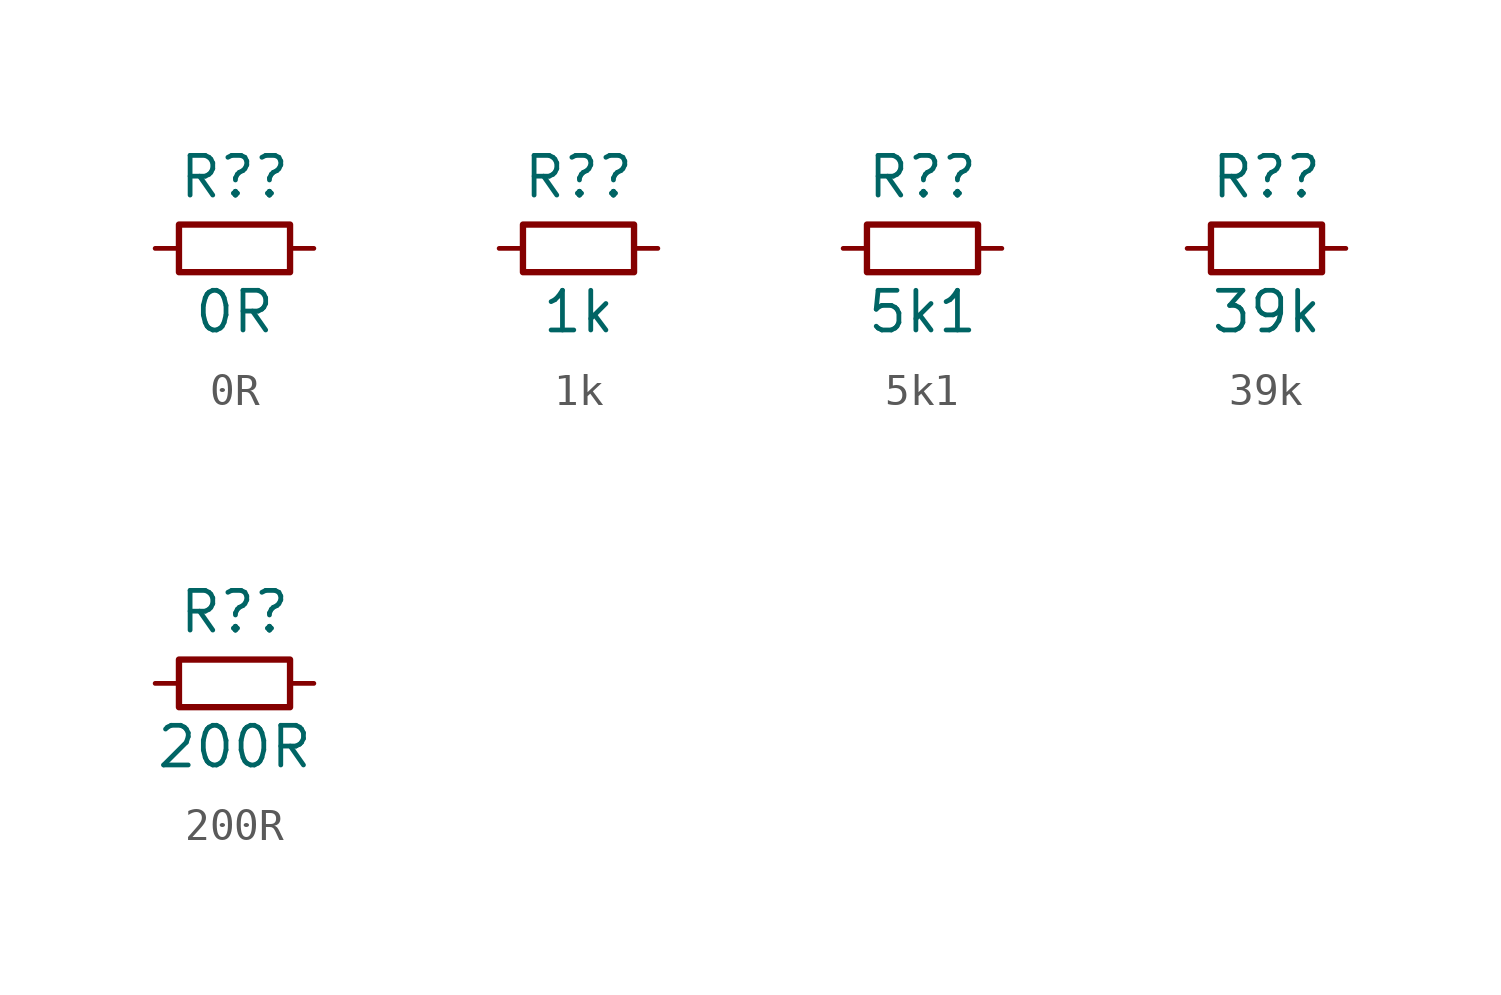
<source format=kicad_sym>
(kicad_symbol_lib
  (version 20241209)
  (generator "kicad_symbol_editor")
  (generator_version "9.0")
  (symbol "0R"
    (pin_numbers
      (hide yes))
    (pin_names
      (hide yes))
    (property "Reference" "R?"
      (at 0 2.286 0)
      (effects (font (size 1.27 1.27))))
    (property "Value" "0R"
      (at 0 -2.032 0)
      (effects (font (size 1.27 1.27))))
    (symbol "0R_0_1"
      (rectangle (start -1.778 0.762) (end 1.778 -0.762) (stroke (width 0.203) (type default)) (fill (type none))))
    (symbol "0R_1_1"
      (pin passive line (at -2.54 0 0) (length 0.762) (name "~" (effects (font (size 1.27 1.27)))) (number "2" (effects (font (size 1.27 1.27)))))
      (pin passive line (at 2.54 0 180) (length 0.762) (name "~" (effects (font (size 1.27 1.27)))) (number "1" (effects (font (size 1.27 1.27)))))))
  (symbol "1k"
    (pin_numbers
      (hide yes))
    (pin_names
      (hide yes))
    (property "Reference" "R?"
      (at 0 2.286 0)
      (effects (font (size 1.27 1.27))))
    (property "Value" "1k"
      (at 0 -2.032 0)
      (effects (font (size 1.27 1.27))))
    (symbol "1k_0_1"
      (rectangle (start -1.778 0.762) (end 1.778 -0.762) (stroke (width 0.203) (type default)) (fill (type none))))
    (symbol "1k_1_1"
      (pin passive line (at -2.54 0 0) (length 0.762) (name "~" (effects (font (size 1.27 1.27)))) (number "2" (effects (font (size 1.27 1.27)))))
      (pin passive line (at 2.54 0 180) (length 0.762) (name "~" (effects (font (size 1.27 1.27)))) (number "1" (effects (font (size 1.27 1.27)))))))
  (symbol "5k1"
    (pin_numbers
      (hide yes))
    (pin_names
      (hide yes))
    (property "Reference" "R?"
      (at 0 2.286 0)
      (effects (font (size 1.27 1.27))))
    (property "Value" "5k1"
      (at 0 -2.032 0)
      (effects (font (size 1.27 1.27))))
    (symbol "5k1_0_1"
      (rectangle (start -1.778 0.762) (end 1.778 -0.762) (stroke (width 0.203) (type default)) (fill (type none))))
    (symbol "5k1_1_1"
      (pin passive line (at -2.54 0 0) (length 0.762) (name "~" (effects (font (size 1.27 1.27)))) (number "2" (effects (font (size 1.27 1.27)))))
      (pin passive line (at 2.54 0 180) (length 0.762) (name "~" (effects (font (size 1.27 1.27)))) (number "1" (effects (font (size 1.27 1.27)))))))
  (symbol "39k"
    (pin_numbers
      (hide yes))
    (pin_names
      (hide yes))
    (property "Reference" "R?"
      (at 0 2.286 0)
      (effects (font (size 1.27 1.27))))
    (property "Value" "39k"
      (at 0 -2.032 0)
      (effects (font (size 1.27 1.27))))
    (symbol "39k_0_1"
      (rectangle (start -1.778 0.762) (end 1.778 -0.762) (stroke (width 0.203) (type default)) (fill (type none))))
    (symbol "39k_1_1"
      (pin passive line (at -2.54 0 0) (length 0.762) (name "~" (effects (font (size 1.27 1.27)))) (number "2" (effects (font (size 1.27 1.27)))))
      (pin passive line (at 2.54 0 180) (length 0.762) (name "~" (effects (font (size 1.27 1.27)))) (number "1" (effects (font (size 1.27 1.27)))))))
  (symbol "200R"
    (pin_numbers
      (hide yes))
    (pin_names
      (hide yes))
    (property "Reference" "R?"
      (at 0 2.286 0)
      (effects (font (size 1.27 1.27))))
    (property "Value" "200R"
      (at 0 -2.032 0)
      (effects (font (size 1.27 1.27))))
    (symbol "200R_0_1"
      (rectangle (start -1.778 0.762) (end 1.778 -0.762) (stroke (width 0.203) (type default)) (fill (type none))))
    (symbol "200R_1_1"
      (pin passive line (at -2.54 0 0) (length 0.762) (name "~" (effects (font (size 1.27 1.27)))) (number "2" (effects (font (size 1.27 1.27)))))
      (pin passive line (at 2.54 0 180) (length 0.762) (name "~" (effects (font (size 1.27 1.27)))) (number "1" (effects (font (size 1.27 1.27))))))))
</source>
